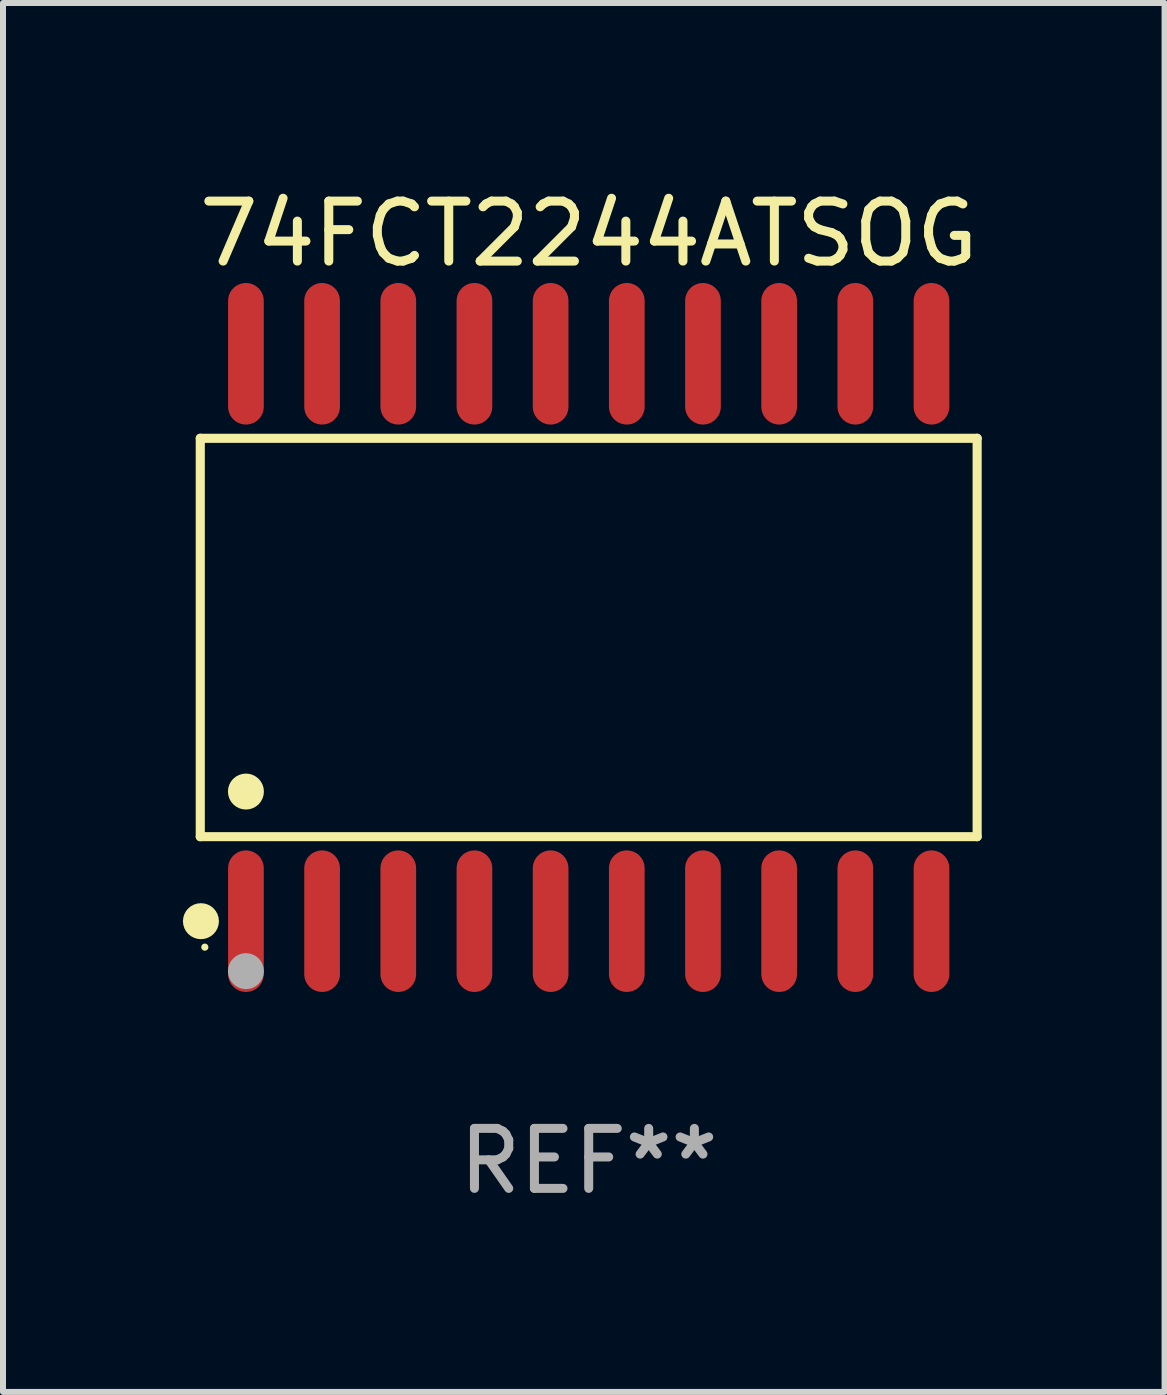
<source format=kicad_pcb>
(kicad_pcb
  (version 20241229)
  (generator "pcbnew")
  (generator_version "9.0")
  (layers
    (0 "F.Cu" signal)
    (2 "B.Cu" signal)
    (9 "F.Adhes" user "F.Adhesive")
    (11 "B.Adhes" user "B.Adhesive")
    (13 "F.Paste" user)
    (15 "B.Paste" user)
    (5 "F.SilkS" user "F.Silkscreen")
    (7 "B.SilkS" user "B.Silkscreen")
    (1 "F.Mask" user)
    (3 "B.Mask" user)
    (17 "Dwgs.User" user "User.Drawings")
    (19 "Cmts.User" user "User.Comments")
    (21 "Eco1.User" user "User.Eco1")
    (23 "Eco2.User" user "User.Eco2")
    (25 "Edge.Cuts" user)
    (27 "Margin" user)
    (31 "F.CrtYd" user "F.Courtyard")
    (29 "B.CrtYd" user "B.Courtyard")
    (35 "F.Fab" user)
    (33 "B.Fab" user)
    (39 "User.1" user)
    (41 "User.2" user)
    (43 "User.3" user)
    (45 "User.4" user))
  (footprint "74FCT2244ATSOG"
    (layer "F.Cu")
    (at 6.765 7.578)
    (property "Reference" "74FCT2244ATSOG" (at 0 -6.73 0) (layer "F.SilkS") (effects (font (size 1 1) (thickness 0.15))))
    (attr through_hole)
    (fp_line (start -6.476 -3.321) (end 6.476 -3.321) (stroke (width 0.152) (type solid)) (layer "F.SilkS"))
    (fp_line (start -6.476 3.321) (end -6.476 -3.321) (stroke (width 0.152) (type solid)) (layer "F.SilkS"))
    (fp_line (start 6.476 -3.321) (end 6.476 3.321) (stroke (width 0.152) (type solid)) (layer "F.SilkS"))
    (fp_line (start 6.476 3.321) (end -6.476 3.321) (stroke (width 0.152) (type solid)) (layer "F.SilkS"))
    (fp_circle (center -6.465 4.73) (end -6.315 4.73) (stroke (width 0.3) (type solid)) (fill no) (layer "F.SilkS"))
    (fp_circle (center -6.4 5.163) (end -6.37 5.163) (stroke (width 0.06) (type solid)) (fill no) (layer "F.SilkS"))
    (fp_circle (center -5.715 2.569) (end -5.565 2.569) (stroke (width 0.3) (type solid)) (fill no) (layer "F.SilkS"))
    (fp_circle (center -5.715 5.563) (end -5.565 5.563) (stroke (width 0.3) (type solid)) (fill no) (layer "F.Fab"))
    (fp_text user "REF**" (at 0 8.73 0) (layer "F.Fab") (effects (font (size 1 1) (thickness 0.15))))
    (pad "1" smd oval (at -5.715 4.73) (size 0.595 2.36) (layers "F.Cu" "F.Mask" "F.Paste"))
    (pad "2" smd oval (at -4.445 4.73) (size 0.595 2.36) (layers "F.Cu" "F.Mask" "F.Paste"))
    (pad "3" smd oval (at -3.175 4.73) (size 0.595 2.36) (layers "F.Cu" "F.Mask" "F.Paste"))
    (pad "4" smd oval (at -1.905 4.73) (size 0.595 2.36) (layers "F.Cu" "F.Mask" "F.Paste"))
    (pad "5" smd oval (at -0.635 4.73) (size 0.595 2.36) (layers "F.Cu" "F.Mask" "F.Paste"))
    (pad "6" smd oval (at 0.635 4.73) (size 0.595 2.36) (layers "F.Cu" "F.Mask" "F.Paste"))
    (pad "7" smd oval (at 1.905 4.73) (size 0.595 2.36) (layers "F.Cu" "F.Mask" "F.Paste"))
    (pad "8" smd oval (at 3.175 4.73) (size 0.595 2.36) (layers "F.Cu" "F.Mask" "F.Paste"))
    (pad "9" smd oval (at 4.445 4.73) (size 0.595 2.36) (layers "F.Cu" "F.Mask" "F.Paste"))
    (pad "10" smd oval (at 5.715 4.73) (size 0.595 2.36) (layers "F.Cu" "F.Mask" "F.Paste"))
    (pad "11" smd oval (at 5.715 -4.73) (size 0.595 2.36) (layers "F.Cu" "F.Mask" "F.Paste"))
    (pad "12" smd oval (at 4.445 -4.73) (size 0.595 2.36) (layers "F.Cu" "F.Mask" "F.Paste"))
    (pad "13" smd oval (at 3.175 -4.73) (size 0.595 2.36) (layers "F.Cu" "F.Mask" "F.Paste"))
    (pad "14" smd oval (at 1.905 -4.73) (size 0.595 2.36) (layers "F.Cu" "F.Mask" "F.Paste"))
    (pad "15" smd oval (at 0.635 -4.73) (size 0.595 2.36) (layers "F.Cu" "F.Mask" "F.Paste"))
    (pad "16" smd oval (at -0.635 -4.73) (size 0.595 2.36) (layers "F.Cu" "F.Mask" "F.Paste"))
    (pad "17" smd oval (at -1.905 -4.73) (size 0.595 2.36) (layers "F.Cu" "F.Mask" "F.Paste"))
    (pad "18" smd oval (at -3.175 -4.73) (size 0.595 2.36) (layers "F.Cu" "F.Mask" "F.Paste"))
    (pad "19" smd oval (at -4.445 -4.73) (size 0.595 2.36) (layers "F.Cu" "F.Mask" "F.Paste"))
    (pad "20" smd oval (at -5.715 -4.73) (size 0.595 2.36) (layers "F.Cu" "F.Mask" "F.Paste")))
  (gr_rect
    (start -3 -3)
    (end 16.366 20.156)
    (stroke (width 0.1) (type default))
    (fill no)
    (layer "Edge.Cuts")))
</source>
